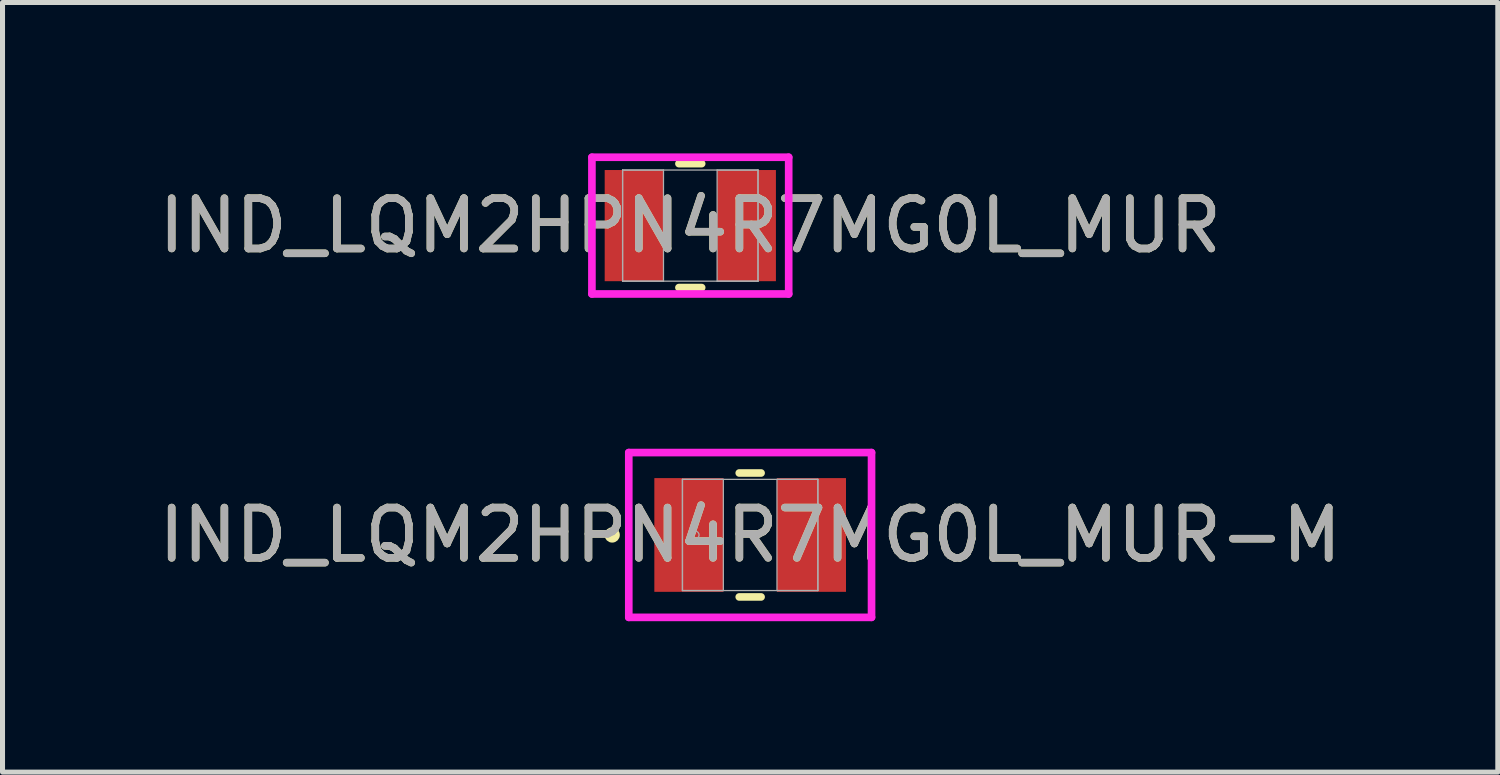
<source format=kicad_pcb>
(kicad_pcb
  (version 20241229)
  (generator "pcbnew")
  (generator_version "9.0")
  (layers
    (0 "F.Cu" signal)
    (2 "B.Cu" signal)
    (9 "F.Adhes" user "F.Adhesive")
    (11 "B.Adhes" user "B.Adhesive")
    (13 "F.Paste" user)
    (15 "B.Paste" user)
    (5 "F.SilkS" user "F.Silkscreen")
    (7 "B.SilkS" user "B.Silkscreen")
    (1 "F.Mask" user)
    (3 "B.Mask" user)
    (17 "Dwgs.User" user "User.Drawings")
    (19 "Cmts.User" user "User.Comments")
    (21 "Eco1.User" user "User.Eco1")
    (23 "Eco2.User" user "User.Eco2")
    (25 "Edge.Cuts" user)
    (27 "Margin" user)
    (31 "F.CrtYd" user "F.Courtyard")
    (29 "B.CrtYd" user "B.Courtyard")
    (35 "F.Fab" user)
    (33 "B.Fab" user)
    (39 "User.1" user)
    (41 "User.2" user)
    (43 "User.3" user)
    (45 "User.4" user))
  (footprint "IND_LQM2HPN4R7MG0L_MUR-M"
    (layer "F.Cu")
    (at 11.863 7.585)
    (property "Reference" "IND_LQM2HPN4R7MG0L_MUR-M" (at 0 0 0) (unlocked yes) (layer "F.SilkS") (effects (font (size 1 1) (thickness 0.15))))
    (attr smd)
    (fp_line (start -0.217 1.232) (end 0.217 1.232) (stroke (width 0.152) (type solid)) (layer "F.SilkS"))
    (fp_line (start 0.217 -1.232) (end -0.217 -1.232) (stroke (width 0.152) (type solid)) (layer "F.SilkS"))
    (fp_circle (center -2.743 0) (end -2.667 0) (stroke (width 0.152) (type solid)) (fill no) (layer "F.SilkS"))
    (fp_line (start -2.413 -1.638) (end 2.413 -1.638) (stroke (width 0.152) (type solid)) (layer "F.CrtYd"))
    (fp_line (start -2.413 1.638) (end -2.413 -1.638) (stroke (width 0.152) (type solid)) (layer "F.CrtYd"))
    (fp_line (start 2.413 -1.638) (end 2.413 1.638) (stroke (width 0.152) (type solid)) (layer "F.CrtYd"))
    (fp_line (start 2.413 1.638) (end -2.413 1.638) (stroke (width 0.152) (type solid)) (layer "F.CrtYd"))
    (fp_line (start -1.346 -1.105) (end -1.346 1.105) (stroke (width 0.025) (type solid)) (layer "F.Fab"))
    (fp_line (start -1.346 -1.105) (end -1.346 1.105) (stroke (width 0.025) (type solid)) (layer "F.Fab"))
    (fp_line (start -1.346 1.105) (end -0.533 1.105) (stroke (width 0.025) (type solid)) (layer "F.Fab"))
    (fp_line (start -1.346 1.105) (end 1.346 1.105) (stroke (width 0.025) (type solid)) (layer "F.Fab"))
    (fp_line (start -0.533 -1.105) (end -1.346 -1.105) (stroke (width 0.025) (type solid)) (layer "F.Fab"))
    (fp_line (start -0.533 1.105) (end -0.533 -1.105) (stroke (width 0.025) (type solid)) (layer "F.Fab"))
    (fp_line (start 0.533 -1.105) (end 0.533 1.105) (stroke (width 0.025) (type solid)) (layer "F.Fab"))
    (fp_line (start 0.533 1.105) (end 1.346 1.105) (stroke (width 0.025) (type solid)) (layer "F.Fab"))
    (fp_line (start 1.346 -1.105) (end -1.346 -1.105) (stroke (width 0.025) (type solid)) (layer "F.Fab"))
    (fp_line (start 1.346 -1.105) (end 0.533 -1.105) (stroke (width 0.025) (type solid)) (layer "F.Fab"))
    (fp_line (start 1.346 1.105) (end 1.346 -1.105) (stroke (width 0.025) (type solid)) (layer "F.Fab"))
    (fp_line (start 1.346 1.105) (end 1.346 -1.105) (stroke (width 0.025) (type solid)) (layer "F.Fab"))
    (fp_circle (center -1.092 0) (end -1.016 0) (stroke (width 0.025) (type solid)) (fill no) (layer "F.Fab"))
    (fp_text user "${REFERENCE}" (at 0 0 0) (unlocked yes) (layer "F.Fab") (effects (font (size 1 1) (thickness 0.15))))
    (pad "1" smd rect (at -1.219 0) (size 1.372 2.261) (layers "F.Cu" "F.Mask" "F.Paste"))
    (pad "2" smd rect (at 1.219 0) (size 1.372 2.261) (layers "F.Cu" "F.Mask" "F.Paste"))
    (zone (net_name "") (layer "F.Cu") (hatch full 0.508) (connect_pads) (min_thickness 0.254) (filled_areas_thickness no) (keepout (tracks not_allowed) (vias not_allowed) (pads allowed) (copperpour not_allowed) (footprints allowed)) (placement (enabled no)) (fill) (polygon (pts (xy 11.38 6.531) (xy 12.346 6.531) (xy 12.346 8.639) (xy 11.38 8.639)))))
  (footprint "IND_LQM2HPN4R7MG0L_MUR"
    (layer "F.Cu")
    (at 10.673 1.435)
    (property "Reference" "IND_LQM2HPN4R7MG0L_MUR" (at 0 0 0) (unlocked yes) (layer "F.SilkS") (effects (font (size 1 1) (thickness 0.15))))
    (attr smd)
    (fp_line (start -0.226 1.232) (end 0.226 1.232) (stroke (width 0.152) (type solid)) (layer "F.SilkS"))
    (fp_line (start 0.226 -1.232) (end -0.226 -1.232) (stroke (width 0.152) (type solid)) (layer "F.SilkS"))
    (fp_line (start -1.956 -1.359) (end 1.956 -1.359) (stroke (width 0.152) (type solid)) (layer "F.CrtYd"))
    (fp_line (start -1.956 1.359) (end -1.956 -1.359) (stroke (width 0.152) (type solid)) (layer "F.CrtYd"))
    (fp_line (start 1.956 -1.359) (end 1.956 1.359) (stroke (width 0.152) (type solid)) (layer "F.CrtYd"))
    (fp_line (start 1.956 1.359) (end -1.956 1.359) (stroke (width 0.152) (type solid)) (layer "F.CrtYd"))
    (fp_line (start -1.346 -1.105) (end -1.346 1.105) (stroke (width 0.025) (type solid)) (layer "F.Fab"))
    (fp_line (start -1.346 -1.105) (end -1.346 1.105) (stroke (width 0.025) (type solid)) (layer "F.Fab"))
    (fp_line (start -1.346 1.105) (end -0.533 1.105) (stroke (width 0.025) (type solid)) (layer "F.Fab"))
    (fp_line (start -1.346 1.105) (end 1.346 1.105) (stroke (width 0.025) (type solid)) (layer "F.Fab"))
    (fp_line (start -0.533 -1.105) (end -1.346 -1.105) (stroke (width 0.025) (type solid)) (layer "F.Fab"))
    (fp_line (start -0.533 1.105) (end -0.533 -1.105) (stroke (width 0.025) (type solid)) (layer "F.Fab"))
    (fp_line (start 0.533 -1.105) (end 0.533 1.105) (stroke (width 0.025) (type solid)) (layer "F.Fab"))
    (fp_line (start 0.533 1.105) (end 1.346 1.105) (stroke (width 0.025) (type solid)) (layer "F.Fab"))
    (fp_line (start 1.346 -1.105) (end -1.346 -1.105) (stroke (width 0.025) (type solid)) (layer "F.Fab"))
    (fp_line (start 1.346 -1.105) (end 0.533 -1.105) (stroke (width 0.025) (type solid)) (layer "F.Fab"))
    (fp_line (start 1.346 1.105) (end 1.346 -1.105) (stroke (width 0.025) (type solid)) (layer "F.Fab"))
    (fp_line (start 1.346 1.105) (end 1.346 -1.105) (stroke (width 0.025) (type solid)) (layer "F.Fab"))
    (fp_circle (center -0.991 0) (end -0.991 0) (stroke (width 0.025) (type solid)) (fill no) (layer "F.Fab"))
    (fp_text user "${REFERENCE}" (at 0 0 0) (unlocked yes) (layer "F.Fab") (effects (font (size 1 1) (thickness 0.15))))
    (pad "1" smd rect (at -1.118 0) (size 1.168 2.21) (layers "F.Cu" "F.Mask" "F.Paste"))
    (pad "2" smd rect (at 1.118 0) (size 1.168 2.21) (layers "F.Cu" "F.Mask" "F.Paste"))
    (zone (net_name "") (layer "F.Cu") (hatch full 0.508) (connect_pads) (min_thickness 0.254) (filled_areas_thickness no) (keepout (tracks not_allowed) (vias not_allowed) (pads allowed) (copperpour not_allowed) (footprints allowed)) (placement (enabled no)) (fill) (polygon (pts (xy 10.19 0.381) (xy 11.155 0.381) (xy 11.155 2.489) (xy 10.19 2.489)))))
  (gr_rect
    (start -3 -3)
    (end 26.726 12.299)
    (stroke (width 0.1) (type default))
    (fill no)
    (layer "Edge.Cuts")))
</source>
